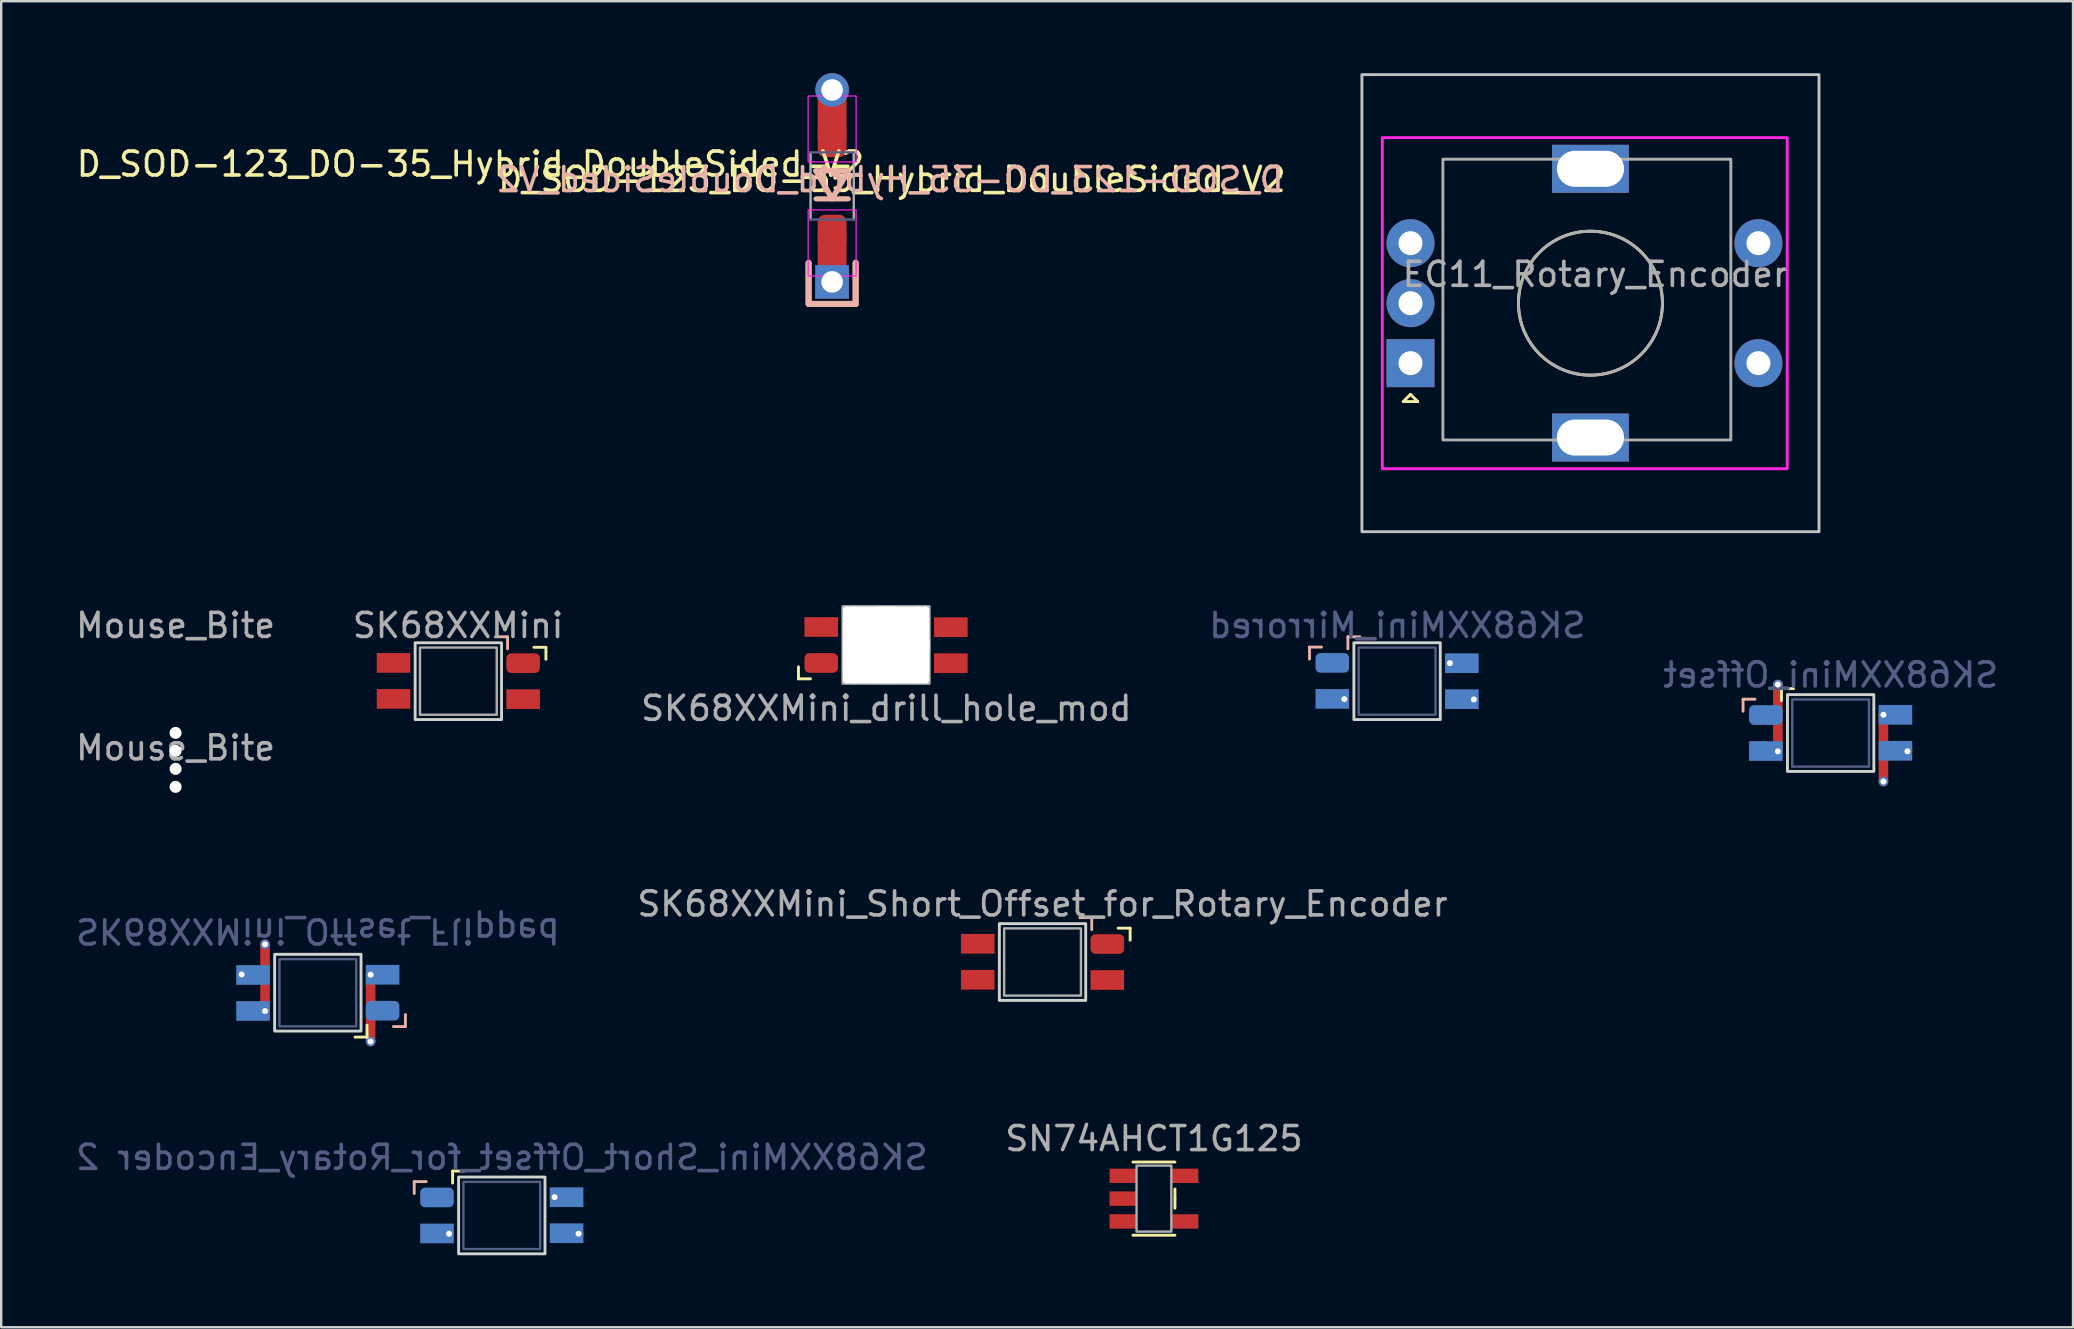
<source format=kicad_pcb>
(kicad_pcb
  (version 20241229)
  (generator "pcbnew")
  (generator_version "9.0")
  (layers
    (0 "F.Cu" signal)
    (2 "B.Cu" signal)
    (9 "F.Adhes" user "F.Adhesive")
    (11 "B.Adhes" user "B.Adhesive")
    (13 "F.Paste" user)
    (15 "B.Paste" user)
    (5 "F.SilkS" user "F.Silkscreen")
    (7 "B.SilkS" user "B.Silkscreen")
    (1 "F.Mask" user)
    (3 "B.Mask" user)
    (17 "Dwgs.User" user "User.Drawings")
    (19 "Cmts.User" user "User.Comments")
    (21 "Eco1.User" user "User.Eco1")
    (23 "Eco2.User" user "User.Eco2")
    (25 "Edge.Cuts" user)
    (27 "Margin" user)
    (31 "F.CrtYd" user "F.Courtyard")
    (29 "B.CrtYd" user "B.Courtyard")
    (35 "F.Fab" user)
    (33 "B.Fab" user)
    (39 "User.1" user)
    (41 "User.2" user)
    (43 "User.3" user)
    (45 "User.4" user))
  (footprint "Mouse_Bite"
    (layer "F.Cu")
    (at 4.268 28.618)
    (property "Reference" "Mouse_Bite" (at 0 -0.5 0) (unlocked yes) (layer "F.Fab") (effects (font (size 1 1) (thickness 0.15))))
    (attr through_hole exclude_from_pos_files exclude_from_bom)
    (fp_text user "${REFERENCE}" (at 0 -5.6 0) (unlocked yes) (layer "F.Fab") (effects (font (size 1 1) (thickness 0.15))))
    (pad "" np_thru_hole circle (at 0 -1.125) (size 0.5 0.5) (drill 0.5) (layers "*.Cu" "*.Mask"))
    (pad "" np_thru_hole circle (at 0 -0.375) (size 0.5 0.5) (drill 0.5) (layers "*.Cu" "*.Mask"))
    (pad "" np_thru_hole circle (at 0 0.375) (size 0.5 0.5) (drill 0.5) (layers "*.Cu" "*.Mask"))
    (pad "" np_thru_hole circle (at 0 1.125) (size 0.5 0.5) (drill 0.5) (layers "*.Cu" "*.Mask")))
  (footprint "SK68XXMini_drill_hole_mod"
    (layer "F.Cu")
    (at 33.897 23.83)
    (property "Reference" "SK68XXMini_drill_hole_mod" (at -0.01 2.64 0) (layer "F.Fab") (effects (font (size 1 1) (thickness 0.15))))
    (attr smd)
    (fp_line (start -3.67 1.41) (end -3.67 0.91) (stroke (width 0.12) (type solid)) (layer "F.SilkS"))
    (fp_line (start -3.17 1.41) (end -3.67 1.41) (stroke (width 0.12) (type solid)) (layer "F.SilkS"))
    (fp_line (start -0.02 1.4) (end -0.02 -1.4) (stroke (width 0.1) (type default)) (layer "F.Fab"))
    (fp_rect (start 1.58 -1.4) (end -1.62 1.4) (stroke (width 0.1) (type solid)) (fill no) (layer "F.Fab"))
    (fp_rect (start 1.78 -1.6) (end -1.82 1.6) (stroke (width 0.12) (type solid)) (fill no) (layer "F.Fab"))
    (pad "" np_thru_hole oval (at -1.67 0) (size 0.3 3.2) (drill oval 0.3 3.2) (layers "*.Cu" "*.Mask"))
    (pad "" np_thru_hole oval (at -1.32 0) (size 1 3.2) (drill oval 1 3.2) (layers "*.Cu" "*.Mask"))
    (pad "" np_thru_hole oval (at -0.02 -1.45) (size 3.6 0.3) (drill oval 3.6 0.3) (layers "*.Cu" "*.Mask"))
    (pad "" np_thru_hole oval (at -0.02 1.45) (size 3.6 0.3) (drill oval 3.6 0.3) (layers "*.Cu" "*.Mask"))
    (pad "" np_thru_hole oval (at 0 0) (size 3.6 3.2) (drill oval 3.6 3.2) (layers "*.Cu" "*.Mask"))
    (pad "" np_thru_hole oval (at 1.28 0) (size 1 3.2) (drill oval 1 3.2) (layers "*.Cu" "*.Mask"))
    (pad "" np_thru_hole oval (at 1.63 0) (size 0.3 3.2) (drill oval 0.3 3.2) (layers "*.Cu" "*.Mask"))
    (pad "1" smd rect (at 2.68 -0.74) (size 1.4 0.82) (layers "F.Cu" "F.Mask" "F.Paste"))
    (pad "2" smd rect (at 2.68 0.76) (size 1.4 0.82) (layers "F.Cu" "F.Mask" "F.Paste"))
    (pad "3" smd roundrect (at -2.72 0.75) (size 1.4 0.82) (layers "F.Cu" "F.Mask" "F.Paste") (roundrect_rratio 0.25))
    (pad "4" smd rect (at -2.72 -0.75) (size 1.4 0.82) (layers "F.Cu" "F.Mask" "F.Paste")))
  (footprint "D_SOD-123_DO-35_Hybrid_DoubleSided_V2"
    (layer "F.Cu")
    (at 31.63 1.617)
    (property "Reference" "D_SOD-123_DO-35_Hybrid_DoubleSided_V2" (at 1.43 2.17 0) (layer "F.SilkS") (effects (font (size 1 1) (thickness 0.15)) (justify right)))
    (attr smd)
    (fp_line (start -0.981 7.991) (end -0.981 6.281) (stroke (width 0.25) (type default)) (layer "B.SilkS"))
    (fp_line (start -0.98 8) (end -0.98 6.3) (stroke (width 0.25) (type default)) (layer "B.SilkS"))
    (fp_line (start -0.691 2.451) (end -0.016 3.621) (stroke (width 0.2) (type solid)) (layer "B.SilkS"))
    (fp_line (start -0.64 2.45) (end 0.015 3.62) (stroke (width 0.2) (type solid)) (layer "B.SilkS"))
    (fp_line (start -0.016 3.621) (end 0.639 2.451) (stroke (width 0.2) (type solid)) (layer "B.SilkS"))
    (fp_line (start 0.015 3.62) (end 0.69 2.45) (stroke (width 0.2) (type solid)) (layer "B.SilkS"))
    (fp_line (start 0.639 2.451) (end -0.691 2.451) (stroke (width 0.2) (type solid)) (layer "B.SilkS"))
    (fp_line (start 0.649 3.621) (end -0.681 3.621) (stroke (width 0.2) (type solid)) (layer "B.SilkS"))
    (fp_line (start 0.68 3.62) (end -0.65 3.62) (stroke (width 0.2) (type solid)) (layer "B.SilkS"))
    (fp_line (start 0.69 2.45) (end -0.64 2.45) (stroke (width 0.2) (type solid)) (layer "B.SilkS"))
    (fp_line (start 0.979 8.001) (end -0.971 8.001) (stroke (width 0.25) (type default)) (layer "B.SilkS"))
    (fp_line (start 0.979 8.001) (end 0.979 6.301) (stroke (width 0.25) (type default)) (layer "B.SilkS"))
    (fp_line (start 0.98 8) (end -0.98 8) (stroke (width 0.25) (type default)) (layer "B.SilkS"))
    (fp_line (start 0.98 8) (end 0.98 6.28) (stroke (width 0.25) (type default)) (layer "B.SilkS"))
    (fp_rect (start -1.001 -0.667) (end 0.999 2.083) (stroke (width 0.05) (type default)) (fill no) (layer "F.CrtYd"))
    (fp_rect (start -0.999 4.082) (end 0.999 6.832) (stroke (width 0.05) (type default)) (fill no) (layer "F.CrtYd"))
    (fp_line (start -0.901 4.482) (end 0.899 4.482) (stroke (width 0.1) (type solid)) (layer "B.Fab"))
    (fp_line (start 0.899 1.683) (end -0.901 1.683) (stroke (width 0.1) (type solid)) (layer "B.Fab"))
    (fp_line (start -0.899 4.482) (end -0.899 1.683) (stroke (width 0.1) (type solid)) (layer "F.Fab"))
    (fp_line (start 0.901 1.683) (end 0.901 4.482) (stroke (width 0.1) (type solid)) (layer "F.Fab"))
    (fp_text user "${REFERENCE}" (at 2.49 2.81 0) (layer "F.SilkS") (effects (font (size 1 1) (thickness 0.15))))
    (fp_text user "${REFERENCE}" (at 2.41 2.82 0) (layer "B.SilkS") (effects (font (size 1 1) (thickness 0.15)) (justify mirror)))
    (pad "1" smd roundrect (at -0.001 4.982 270) (size 1.4 1.2) (layers "F.Cu" "F.Mask" "F.Paste") (roundrect_rratio 0.25))
    (pad "1" smd rect (at -0.001 5.832 270) (size 1.6 1.2) (layers "F.Cu"))
    (pad "1" thru_hole rect (at -0.001 7.082 270) (size 1.4 1.4) (drill 0.9) (layers "*.Cu" "B.Mask"))
    (pad "2" thru_hole circle (at -0.001 -0.917 270) (size 1.4 1.4) (drill 0.9) (layers "*.Cu" "B.Mask"))
    (pad "2" smd rect (at -0.001 0.113 270) (size 2.14 1.2) (layers "F.Cu"))
    (pad "2" smd roundrect (at -0.001 1.183 270) (size 1.4 1.2) (layers "F.Cu" "F.Mask" "F.Paste") (roundrect_rratio 0.25)))
  (footprint "SK68XXMini_Offset"
    (layer "F.Cu")
    (at 73.244 22.42)
    (property "Reference" "SK68XXMini_Offset" (at 0 2.66 0) (unlocked yes) (layer "B.Fab") (effects (font (size 1 1) (thickness 0.15)) (justify mirror)))
    (attr smd)
    (fp_line (start -2.05 3.23) (end -1.55 3.23) (stroke (width 0.12) (type solid)) (layer "F.SilkS"))
    (fp_line (start -2.05 3.73) (end -2.05 3.23) (stroke (width 0.12) (type solid)) (layer "F.SilkS"))
    (fp_line (start -3.65 3.67) (end -3.65 4.17) (stroke (width 0.12) (type solid)) (layer "B.SilkS"))
    (fp_line (start -3.15 3.67) (end -3.65 3.67) (stroke (width 0.12) (type solid)) (layer "B.SilkS"))
    (fp_rect (start 1.8 6.68) (end -1.8 3.48) (stroke (width 0.12) (type solid)) (fill no) (layer "Edge.Cuts"))
    (fp_rect (start 1.6 6.48) (end -1.6 3.68) (stroke (width 0.1) (type solid)) (fill no) (layer "B.Fab"))
    (pad "1" smd rect (at 2.7 5.82 180) (size 1.4 0.82) (layers "B.Cu" "B.Mask" "B.Paste"))
    (pad "1" thru_hole circle (at 3.2 5.842) (size 0.4 0.4) (drill 0.25) (layers "*.Cu" "*.Mask"))
    (pad "2" thru_hole circle (at 2.2 4.318) (size 0.4 0.4) (drill 0.25) (layers "*.Cu" "*.Mask"))
    (pad "2" thru_hole circle (at 2.2 7.1) (size 0.4 0.4) (drill 0.25) (layers "*.Cu" "*.Mask"))
    (pad "2" smd custom (at 2.2 7.1) (size 0.4 0.4) (layers "F.Cu") (options (anchor circle)) (primitives (gr_line (start 0 0) (end 0 -2.782) (width 0.4))))
    (pad "2" smd rect (at 2.7 4.32 180) (size 1.4 0.82) (layers "B.Cu" "B.Mask" "B.Paste"))
    (pad "3" smd roundrect (at -2.7 4.33 180) (size 1.4 0.82) (layers "B.Cu" "B.Mask" "B.Paste") (roundrect_rratio 0.25))
    (pad "4" smd rect (at -2.7 5.83 180) (size 1.4 0.82) (layers "B.Cu" "B.Mask" "B.Paste"))
    (pad "4" thru_hole circle (at -2.2 3.06) (size 0.4 0.4) (drill 0.25) (layers "*.Cu" "*.Mask"))
    (pad "4" thru_hole circle (at -2.2 5.842) (size 0.4 0.4) (drill 0.25) (layers "*.Cu" "*.Mask"))
    (pad "4" smd custom (at -2.2 5.842) (size 0.4 0.4) (layers "F.Cu") (options (anchor circle)) (primitives (gr_line (start 0 0) (end 0 -2.782) (width 0.4)))))
  (footprint "SK68XXMini_Mirrored"
    (layer "F.Cu")
    (at 55.175 25.338)
    (property "Reference" "SK68XXMini_Mirrored" (at 0.01 -2.32 0) (unlocked yes) (layer "B.Fab") (effects (font (size 1 1) (thickness 0.15)) (justify mirror)))
    (attr smd)
    (fp_line (start -3.65 -1.42) (end -3.15 -1.42) (stroke (width 0.12) (type solid)) (layer "B.SilkS"))
    (fp_line (start -3.65 -0.92) (end -3.65 -1.42) (stroke (width 0.12) (type solid)) (layer "B.SilkS"))
    (fp_line (start -2.05 -1.85) (end -1.55 -1.85) (stroke (width 0.12) (type solid)) (layer "B.SilkS"))
    (fp_line (start -2.05 -1.35) (end -2.05 -1.85) (stroke (width 0.12) (type solid)) (layer "B.SilkS"))
    (fp_rect (start 1.8 -1.6) (end -1.8 1.6) (stroke (width 0.12) (type solid)) (fill no) (layer "Edge.Cuts"))
    (fp_rect (start -1.6 1.4) (end 1.6 -1.4) (stroke (width 0.1) (type solid)) (fill no) (layer "B.Fab"))
    (pad "1" smd rect (at 2.7 0.75 180) (size 1.4 0.82) (layers "B.Cu" "B.Mask" "B.Paste"))
    (pad "1" thru_hole circle (at 3.2 0.762 180) (size 0.4 0.4) (drill 0.25) (layers "*.Cu" "*.Mask"))
    (pad "2" thru_hole circle (at 2.2 -0.75 180) (size 0.4 0.4) (drill 0.25) (layers "*.Cu" "*.Mask"))
    (pad "2" smd rect (at 2.7 -0.75 180) (size 1.4 0.82) (layers "B.Cu" "B.Mask" "B.Paste"))
    (pad "3" smd roundrect (at -2.7 -0.76 180) (size 1.4 0.82) (layers "B.Cu" "B.Mask" "B.Paste") (roundrect_rratio 0.25))
    (pad "4" smd rect (at -2.7 0.74 180) (size 1.4 0.82) (layers "B.Cu" "B.Mask" "B.Paste"))
    (pad "4" thru_hole circle (at -2.2 0.75 180) (size 0.4 0.4) (drill 0.25) (layers "*.Cu" "*.Mask")))
  (footprint "SK68XXMini_Short_Offset_for_Rotary_Encoder 2"
    (layer "F.Cu")
    (at 17.863 43.805)
    (property "Reference" "SK68XXMini_Short_Offset_for_Rotary_Encoder 2" (at 0 1.38 0) (unlocked yes) (layer "B.Fab") (effects (font (size 1 1) (thickness 0.15)) (justify mirror)))
    (attr smd)
    (fp_line (start -2.05 1.95) (end -1.55 1.95) (stroke (width 0.12) (type solid)) (layer "F.SilkS"))
    (fp_line (start -2.05 2.45) (end -2.05 1.95) (stroke (width 0.12) (type solid)) (layer "F.SilkS"))
    (fp_line (start -3.65 2.39) (end -3.65 2.89) (stroke (width 0.12) (type solid)) (layer "B.SilkS"))
    (fp_line (start -3.15 2.39) (end -3.65 2.39) (stroke (width 0.12) (type solid)) (layer "B.SilkS"))
    (fp_rect (start 1.8 5.4) (end -1.8 2.2) (stroke (width 0.12) (type solid)) (fill no) (layer "Edge.Cuts"))
    (fp_rect (start 1.6 5.2) (end -1.6 2.4) (stroke (width 0.1) (type solid)) (fill no) (layer "B.Fab"))
    (pad "1" smd rect (at 2.7 4.54 180) (size 1.4 0.82) (layers "B.Cu" "B.Mask" "B.Paste"))
    (pad "1" thru_hole circle (at 3.2 4.562) (size 0.4 0.4) (drill 0.25) (layers "*.Cu" "*.Mask"))
    (pad "2" thru_hole circle (at 2.2 3.038) (size 0.4 0.4) (drill 0.25) (layers "*.Cu" "*.Mask"))
    (pad "2" smd rect (at 2.7 3.04 180) (size 1.4 0.82) (layers "B.Cu" "B.Mask" "B.Paste"))
    (pad "3" smd roundrect (at -2.7 3.05 180) (size 1.4 0.82) (layers "B.Cu" "B.Mask" "B.Paste") (roundrect_rratio 0.25))
    (pad "4" smd rect (at -2.7 4.55 180) (size 1.4 0.82) (layers "B.Cu" "B.Mask" "B.Paste"))
    (pad "4" thru_hole circle (at -2.2 4.562) (size 0.4 0.4) (drill 0.25) (layers "*.Cu" "*.Mask")))
  (footprint "SK68XXMini"
    (layer "F.Cu")
    (at 16.052 25.338)
    (property "Reference" "SK68XXMini" (at -0.01 -2.32 0) (unlocked yes) (layer "F.Fab") (effects (font (size 1 1) (thickness 0.15))))
    (attr smd)
    (fp_line (start 3.15 -1.41) (end 3.65 -1.41) (stroke (width 0.12) (type solid)) (layer "F.SilkS"))
    (fp_line (start 3.65 -1.41) (end 3.65 -0.91) (stroke (width 0.12) (type solid)) (layer "F.SilkS"))
    (fp_line (start 2.05 -1.85) (end 1.55 -1.85) (stroke (width 0.12) (type solid)) (layer "B.SilkS"))
    (fp_line (start 2.05 -1.35) (end 2.05 -1.85) (stroke (width 0.12) (type solid)) (layer "B.SilkS"))
    (fp_rect (start -1.8 1.6) (end 1.8 -1.6) (stroke (width 0.12) (type solid)) (fill no) (layer "Edge.Cuts"))
    (fp_rect (start -1.6 1.4) (end 1.6 -1.4) (stroke (width 0.1) (type solid)) (fill no) (layer "F.Fab"))
    (pad "1" smd rect (at -2.7 0.74 180) (size 1.4 0.82) (layers "F.Cu" "F.Mask" "F.Paste"))
    (pad "2" smd rect (at -2.7 -0.76 180) (size 1.4 0.82) (layers "F.Cu" "F.Mask" "F.Paste"))
    (pad "3" smd roundrect (at 2.7 -0.75 180) (size 1.4 0.82) (layers "F.Cu" "F.Mask" "F.Paste") (roundrect_rratio 0.25))
    (pad "4" smd rect (at 2.7 0.75 180) (size 1.4 0.82) (layers "F.Cu" "F.Mask" "F.Paste")))
  (footprint "EC11_Rotary_Encoder"
    (layer "F.Cu")
    (at 63.234 9.585)
    (property "Reference" "EC11_Rotary_Encoder" (at 0.2 -1.2 0) (unlocked yes) (layer "F.Fab") (effects (font (size 1 1) (thickness 0.15))))
    (attr smd)
    (fp_line (start -7.8 4.1) (end -7.2 4.1) (stroke (width 0.12) (type solid)) (layer "F.SilkS"))
    (fp_line (start -7.5 3.8) (end -7.8 4.1) (stroke (width 0.12) (type solid)) (layer "F.SilkS"))
    (fp_line (start -7.2 4.1) (end -7.5 3.8) (stroke (width 0.12) (type solid)) (layer "F.SilkS"))
    (fp_circle (center 0 0) (end 3 0) (stroke (width 0.12) (type solid)) (fill no) (layer "F.SilkS"))
    (fp_rect (start -9.525 -9.525) (end 9.525 9.525) (stroke (width 0.12) (type solid)) (fill no) (layer "Dwgs.User"))
    (fp_rect (start -8.675 -6.9) (end 8.2 6.9) (stroke (width 0.12) (type solid)) (fill no) (layer "F.CrtYd"))
    (fp_rect (start 5.85 -6) (end -6.15 5.7) (stroke (width 0.12) (type solid)) (fill no) (layer "F.Fab"))
    (fp_circle (center 0 0) (end 3 0) (stroke (width 0.12) (type solid)) (fill no) (layer "F.Fab"))
    (pad "" np_thru_hole rect (at 0 -5.6) (size 3.2 2) (drill oval 2.8 1.5) (layers "*.Cu" "*.Mask"))
    (pad "" np_thru_hole rect (at 0 5.6) (size 3.2 2) (drill oval 2.8 1.5) (layers "*.Cu" "*.Mask"))
    (pad "A" thru_hole rect (at -7.5 2.5) (size 2 2) (drill 1) (layers "*.Cu" "*.Mask"))
    (pad "B" thru_hole circle (at -7.5 -2.5) (size 2 2) (drill 1) (layers "*.Cu" "*.Mask"))
    (pad "C" thru_hole circle (at -7.5 0) (size 2 2) (drill 1) (layers "*.Cu" "*.Mask"))
    (pad "S1" thru_hole circle (at 7 -2.5) (size 2 2) (drill 1) (layers "*.Cu" "*.Mask"))
    (pad "S2" thru_hole circle (at 7 2.5) (size 2 2) (drill 1) (layers "*.Cu" "*.Mask")))
  (footprint "SN74AHCT1G125"
    (layer "F.Cu")
    (at 45.042 46.904)
    (property "Reference" "SN74AHCT1G125" (at 0 -2.5 0) (unlocked yes) (layer "F.Fab") (effects (font (size 1 1) (thickness 0.15))))
    (attr smd)
    (fp_line (start -0.875 -1.525) (end 0.875 -1.525) (stroke (width 0.12) (type solid)) (layer "F.SilkS"))
    (fp_line (start 0.875 0) (end 0.875 -0.4) (stroke (width 0.12) (type solid)) (layer "F.SilkS"))
    (fp_line (start 0.875 0) (end 0.875 0.4) (stroke (width 0.12) (type solid)) (layer "F.SilkS"))
    (fp_line (start 0.875 1.525) (end -0.875 1.525) (stroke (width 0.12) (type solid)) (layer "F.SilkS"))
    (fp_rect (start -0.725 -1.375) (end 0.725 1.375) (stroke (width 0.1) (type solid)) (fill no) (layer "F.Fab"))
    (pad "1" smd rect (at -1.3 -0.95) (size 1.1 0.6) (layers "F.Cu" "F.Mask" "F.Paste"))
    (pad "2" smd rect (at -1.3 0) (size 1.1 0.6) (layers "F.Cu" "F.Mask" "F.Paste"))
    (pad "3" smd rect (at -1.3 0.95) (size 1.1 0.6) (layers "F.Cu" "F.Mask" "F.Paste"))
    (pad "4" smd rect (at 1.3 0.95) (size 1.1 0.6) (layers "F.Cu" "F.Mask" "F.Paste"))
    (pad "5" smd rect (at 1.3 -0.95) (size 1.1 0.6) (layers "F.Cu" "F.Mask" "F.Paste")))
  (footprint "SK68XXMini_Short_Offset_for_Rotary_Encoder"
    (layer "F.Cu")
    (at 40.399 33.243)
    (property "Reference" "SK68XXMini_Short_Offset_for_Rotary_Encoder" (at 0 1.38 0) (unlocked yes) (layer "F.Fab") (effects (font (size 1 1) (thickness 0.15))))
    (attr smd)
    (fp_line (start 3.15 2.39) (end 3.65 2.39) (stroke (width 0.12) (type solid)) (layer "F.SilkS"))
    (fp_line (start 3.65 2.39) (end 3.65 2.89) (stroke (width 0.12) (type solid)) (layer "F.SilkS"))
    (fp_line (start 2.05 1.95) (end 1.55 1.95) (stroke (width 0.12) (type solid)) (layer "B.SilkS"))
    (fp_line (start 2.05 2.45) (end 2.05 1.95) (stroke (width 0.12) (type solid)) (layer "B.SilkS"))
    (fp_rect (start -1.8 5.4) (end 1.8 2.2) (stroke (width 0.12) (type solid)) (fill no) (layer "Edge.Cuts"))
    (fp_rect (start -1.6 5.2) (end 1.6 2.4) (stroke (width 0.1) (type solid)) (fill no) (layer "F.Fab"))
    (pad "1" smd rect (at -2.7 4.54 180) (size 1.4 0.82) (layers "F.Cu" "F.Mask" "F.Paste"))
    (pad "2" smd rect (at -2.7 3.04 180) (size 1.4 0.82) (layers "F.Cu" "F.Mask" "F.Paste"))
    (pad "3" smd roundrect (at 2.7 3.05 180) (size 1.4 0.82) (layers "F.Cu" "F.Mask" "F.Paste") (roundrect_rratio 0.25))
    (pad "4" smd rect (at 2.7 4.55 180) (size 1.4 0.82) (layers "F.Cu" "F.Mask" "F.Paste")))
  (footprint "SK68XXMini_Offset_Flipped"
    (layer "F.Cu")
    (at 10.196 33.243)
    (property "Reference" "SK68XXMini_Offset_Flipped" (at 0 2.5 180) (unlocked yes) (layer "B.Fab") (effects (font (size 1 1) (thickness 0.15)) (justify mirror)))
    (attr smd)
    (fp_line (start 2.05 6.43) (end 2.05 6.93) (stroke (width 0.12) (type solid)) (layer "F.SilkS"))
    (fp_line (start 2.05 6.93) (end 1.55 6.93) (stroke (width 0.12) (type solid)) (layer "F.SilkS"))
    (fp_line (start 3.15 6.49) (end 3.65 6.49) (stroke (width 0.12) (type solid)) (layer "B.SilkS"))
    (fp_line (start 3.65 6.49) (end 3.65 5.99) (stroke (width 0.12) (type solid)) (layer "B.SilkS"))
    (fp_rect (start -1.8 3.48) (end 1.8 6.68) (stroke (width 0.12) (type solid)) (fill no) (layer "Edge.Cuts"))
    (fp_rect (start -1.6 3.68) (end 1.6 6.48) (stroke (width 0.1) (type solid)) (fill no) (layer "B.Fab"))
    (pad "1" thru_hole circle (at -3.175 4.318) (size 0.4 0.4) (drill 0.25) (layers "*.Cu" "*.Mask"))
    (pad "1" smd rect (at -2.7 4.34) (size 1.4 0.82) (layers "B.Cu" "B.Mask" "B.Paste"))
    (pad "2" smd rect (at -2.7 5.84) (size 1.4 0.82) (layers "B.Cu" "B.Mask" "B.Paste"))
    (pad "2" thru_hole circle (at -2.2 3.06) (size 0.4 0.4) (drill 0.25) (layers "*.Cu" "*.Mask"))
    (pad "2" thru_hole circle (at -2.2 5.842) (size 0.4 0.4) (drill 0.25) (layers "*.Cu" "*.Mask"))
    (pad "2" smd custom (at -2.2 5.842) (size 0.4 0.4) (layers "F.Cu") (options (anchor circle)) (primitives (gr_line (start 0 0) (end 0 -2.782) (width 0.4))))
    (pad "3" smd roundrect (at 2.7 5.83) (size 1.4 0.82) (layers "B.Cu" "B.Mask" "B.Paste") (roundrect_rratio 0.25))
    (pad "4" thru_hole circle (at 2.2 4.33) (size 0.4 0.4) (drill 0.25) (layers "*.Cu" "*.Mask"))
    (pad "4" thru_hole circle (at 2.2 7.112) (size 0.4 0.4) (drill 0.25) (layers "*.Cu" "*.Mask"))
    (pad "4" smd custom (at 2.2 7.112) (size 0.4 0.4) (layers "F.Cu") (options (anchor circle)) (primitives (gr_line (start 0 0) (end 0 -2.782) (width 0.4))))
    (pad "4" smd rect (at 2.7 4.33) (size 1.4 0.82) (layers "B.Cu" "B.Mask" "B.Paste")))
  (gr_rect
    (start -3 -3)
    (end 83.345 52.265)
    (stroke (width 0.1) (type default))
    (fill no)
    (layer "Edge.Cuts")))
</source>
